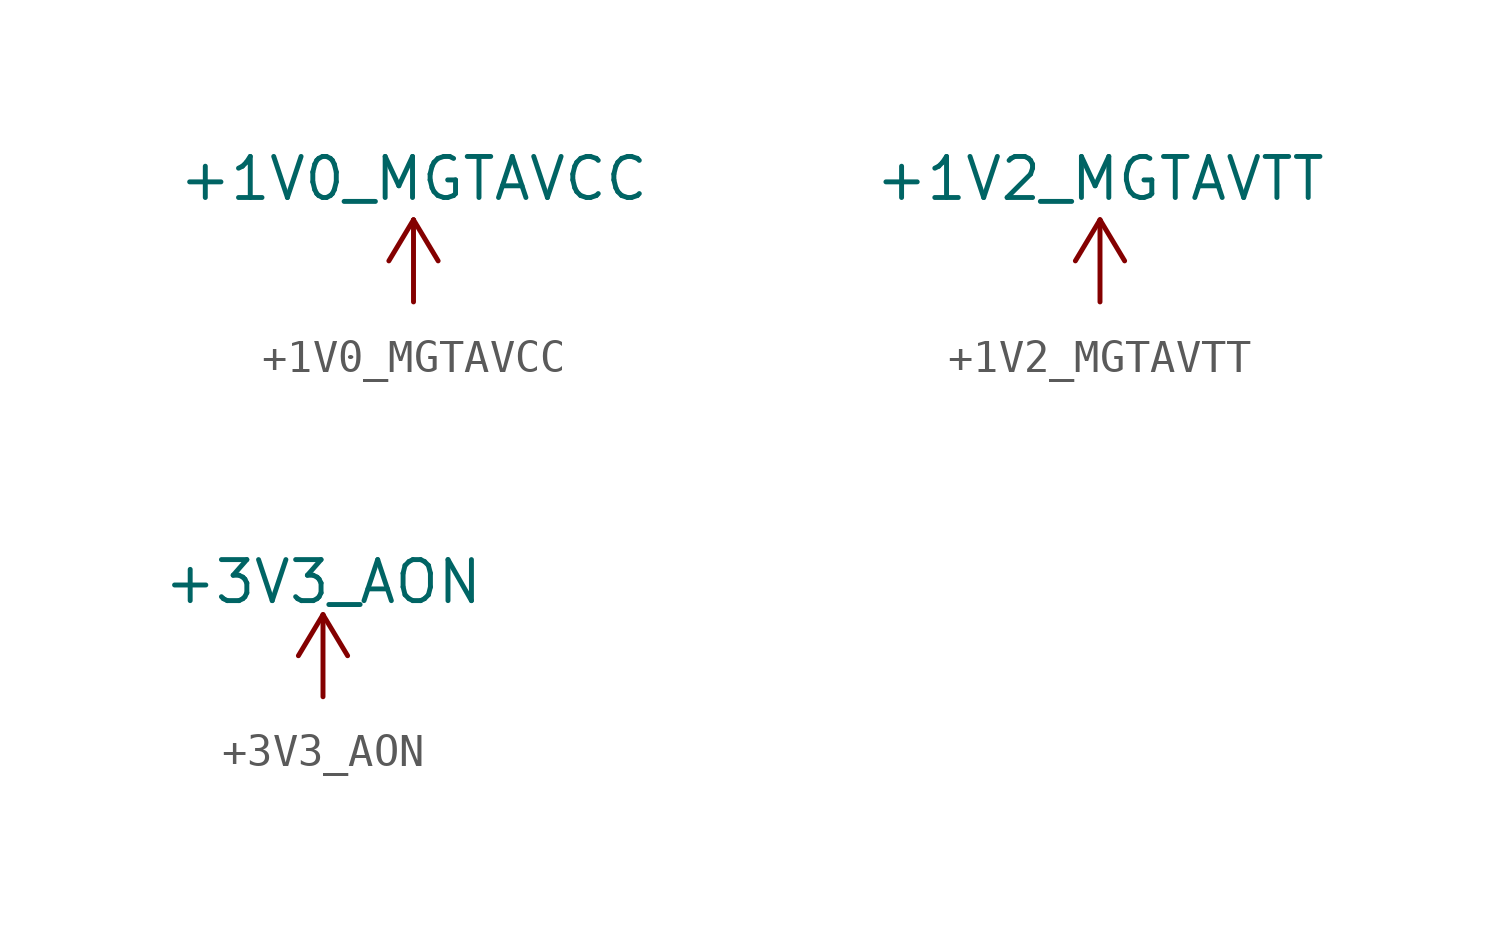
<source format=kicad_sym>
(kicad_symbol_lib
  (version 20211014)
  (generator kicad_symbol_editor)
  (symbol "+1V0_MGTAVCC"
    (power)
    (pin_names
      (offset 0))
    (property "Reference" "#PWR?"
      (at 0 -3.81 0)
      (effects (font (size 1.27 1.27)) hide))
    (property "Value" "+1V0_MGTAVCC"
      (at 0 3.81 0)
      (effects (font (size 1.27 1.27))))
    (symbol "+1V0_MGTAVCC_0_1"
      (polyline (pts (xy -0.762 1.27) (xy 0 2.54)) (stroke (width 0) (type default) (color 0 0 0 0)) (fill (type none)))
      (polyline (pts (xy 0 0) (xy 0 2.54)) (stroke (width 0) (type default) (color 0 0 0 0)) (fill (type none)))
      (polyline (pts (xy 0 2.54) (xy 0.762 1.27)) (stroke (width 0) (type default) (color 0 0 0 0)) (fill (type none))))
    (symbol "+1V0_MGTAVCC_1_1"
      (pin power_in line (at 0 0 90) (length 0) hide (name "+1V0_MGTAVCC" (effects (font (size 1.27 1.27)))) (number "1" (effects (font (size 1.27 1.27)))))))
  (symbol "+1V2_MGTAVTT"
    (power)
    (pin_names
      (offset 0))
    (property "Reference" "#PWR?"
      (at 0 -3.81 0)
      (effects (font (size 1.27 1.27)) hide))
    (property "Value" "+1V2_MGTAVTT"
      (at 0 3.81 0)
      (effects (font (size 1.27 1.27))))
    (symbol "+1V2_MGTAVTT_0_1"
      (polyline (pts (xy -0.762 1.27) (xy 0 2.54)) (stroke (width 0) (type default) (color 0 0 0 0)) (fill (type none)))
      (polyline (pts (xy 0 0) (xy 0 2.54)) (stroke (width 0) (type default) (color 0 0 0 0)) (fill (type none)))
      (polyline (pts (xy 0 2.54) (xy 0.762 1.27)) (stroke (width 0) (type default) (color 0 0 0 0)) (fill (type none))))
    (symbol "+1V2_MGTAVTT_1_1"
      (pin power_in line (at 0 0 90) (length 0) hide (name "+1V2_MGTAVTT" (effects (font (size 1.27 1.27)))) (number "1" (effects (font (size 1.27 1.27)))))))
  (symbol "+3V3_AON"
    (power)
    (pin_names
      (offset 0))
    (property "Reference" "#PWR"
      (at 0 -3.81 0)
      (effects (font (size 1.27 1.27)) hide))
    (property "Value" "+3V3_AON"
      (at 0 3.556 0)
      (effects (font (size 1.27 1.27))))
    (symbol "+3V3_AON_0_1"
      (polyline (pts (xy -0.762 1.27) (xy 0 2.54)) (stroke (width 0) (type default) (color 0 0 0 0)) (fill (type none)))
      (polyline (pts (xy 0 0) (xy 0 2.54)) (stroke (width 0) (type default) (color 0 0 0 0)) (fill (type none)))
      (polyline (pts (xy 0 2.54) (xy 0.762 1.27)) (stroke (width 0) (type default) (color 0 0 0 0)) (fill (type none))))
    (symbol "+3V3_AON_1_1"
      (pin power_in line (at 0 0 90) (length 0) hide (name "+3V3_AON" (effects (font (size 1.27 1.27)))) (number "1" (effects (font (size 1.27 1.27))))))))
</source>
